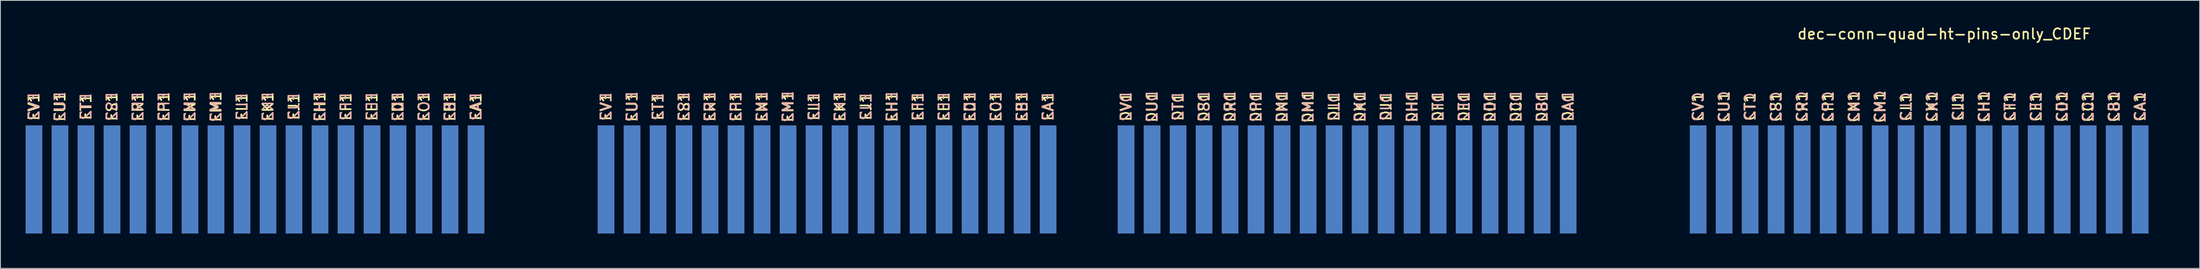
<source format=kicad_pcb>
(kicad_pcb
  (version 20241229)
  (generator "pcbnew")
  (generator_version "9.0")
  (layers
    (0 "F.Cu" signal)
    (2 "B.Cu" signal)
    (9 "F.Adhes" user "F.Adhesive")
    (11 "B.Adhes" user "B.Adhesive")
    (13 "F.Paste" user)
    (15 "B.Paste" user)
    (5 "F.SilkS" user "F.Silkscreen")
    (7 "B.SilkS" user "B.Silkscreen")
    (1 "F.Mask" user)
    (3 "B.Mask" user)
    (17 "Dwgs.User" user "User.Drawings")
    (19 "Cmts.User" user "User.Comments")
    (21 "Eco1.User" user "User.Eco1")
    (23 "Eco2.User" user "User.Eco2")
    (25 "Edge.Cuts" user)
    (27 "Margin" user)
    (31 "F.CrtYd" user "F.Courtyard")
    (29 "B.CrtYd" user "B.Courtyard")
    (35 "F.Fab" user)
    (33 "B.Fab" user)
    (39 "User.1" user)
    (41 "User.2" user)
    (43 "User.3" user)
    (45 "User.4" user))
  (footprint "dec-conn-quad-ht-pins-only_CDEF"
    (layer "F.Cu")
    (at 262.288 26.5)
    (property "Reference" "dec-conn-quad-ht-pins-only_CDEF" (at -27.94 -25.4 0) (layer "F.SilkS") (effects (font (size 1.27 1.27) (thickness 0.203))))
    (attr through_hole)
    (fp_text user "CU1" (at -54.813 -16.51 90) (layer "F.SilkS") (effects (font (size 1.27 1.27) (thickness 0.203))))
    (fp_text user "ER1" (at -178.638 -16.51 90) (layer "F.SilkS") (effects (font (size 1.27 1.27) (thickness 0.203))))
    (fp_text user "FE1" (at -219.913 -16.51 90) (layer "F.SilkS") (effects (font (size 1.27 1.27) (thickness 0.203))))
    (fp_text user "CA1" (at -4.013 -16.51 90) (layer "F.SilkS") (effects (font (size 1.27 1.27) (thickness 0.203))))
    (fp_text user "DK1" (at -99.263 -16.51 90) (layer "F.SilkS") (effects (font (size 1.27 1.27) (thickness 0.203))))
    (fp_text user "CT1" (at -51.638 -16.51 90) (layer "F.SilkS") (effects (font (size 1.27 1.27) (thickness 0.203))))
    (fp_text user "EH1" (at -156.413 -16.51 90) (layer "F.SilkS") (effects (font (size 1.27 1.27) (thickness 0.203))))
    (fp_text user "CN1" (at -38.938 -16.51 90) (layer "F.SilkS") (effects (font (size 1.27 1.27) (thickness 0.203))))
    (fp_text user "CK1" (at -29.413 -16.51 90) (layer "F.SilkS") (effects (font (size 1.27 1.27) (thickness 0.203))))
    (fp_text user "DE1" (at -86.563 -16.51 90) (layer "F.SilkS") (effects (font (size 1.27 1.27) (thickness 0.203))))
    (fp_text user "FP1" (at -245.313 -16.51 90) (layer "F.SilkS") (effects (font (size 1.27 1.27) (thickness 0.203))))
    (fp_text user "DH1" (at -92.913 -16.51 90) (layer "F.SilkS") (effects (font (size 1.27 1.27) (thickness 0.203))))
    (fp_text user "DB1" (at -77.038 -16.51 90) (layer "F.SilkS") (effects (font (size 1.27 1.27) (thickness 0.203))))
    (fp_text user "DA1" (at -73.863 -16.51 90) (layer "F.SilkS") (effects (font (size 1.27 1.27) (thickness 0.203))))
    (fp_text user "FV1" (at -261.188 -16.51 90) (layer "F.SilkS") (effects (font (size 1.27 1.27) (thickness 0.203))))
    (fp_text user "CS1" (at -48.463 -16.51 90) (layer "F.SilkS") (effects (font (size 1.27 1.27) (thickness 0.203))))
    (fp_text user "FB1" (at -210.388 -16.51 90) (layer "F.SilkS") (effects (font (size 1.27 1.27) (thickness 0.203))))
    (fp_text user "DV1" (at -127.838 -16.51 90) (layer "F.SilkS") (effects (font (size 1.27 1.27) (thickness 0.203))))
    (fp_text user "CC1" (at -10.363 -16.51 90) (layer "F.SilkS") (effects (font (size 1.27 1.27) (thickness 0.203))))
    (fp_text user "EM1" (at -169.113 -16.51 90) (layer "F.SilkS") (effects (font (size 1.27 1.27) (thickness 0.203))))
    (fp_text user "EC1" (at -143.713 -16.51 90) (layer "F.SilkS") (effects (font (size 1.27 1.27) (thickness 0.203))))
    (fp_text user "FT1" (at -254.838 -16.51 90) (layer "F.SilkS") (effects (font (size 1.27 1.27) (thickness 0.203))))
    (fp_text user "EP1" (at -175.463 -16.51 90) (layer "F.SilkS") (effects (font (size 1.27 1.27) (thickness 0.203))))
    (fp_text user "CL1" (at -32.588 -16.51 90) (layer "F.SilkS") (effects (font (size 1.27 1.27) (thickness 0.203))))
    (fp_text user "CJ1" (at -26.238 -16.51 90) (layer "F.SilkS") (effects (font (size 1.27 1.27) (thickness 0.203))))
    (fp_text user "CH1" (at -23.063 -16.51 90) (layer "F.SilkS") (effects (font (size 1.27 1.27) (thickness 0.203))))
    (fp_text user "EB1" (at -140.538 -16.51 90) (layer "F.SilkS") (effects (font (size 1.27 1.27) (thickness 0.203))))
    (fp_text user "EF1" (at -153.238 -16.51 90) (layer "F.SilkS") (effects (font (size 1.27 1.27) (thickness 0.203))))
    (fp_text user "CF1" (at -19.888 -16.51 90) (layer "F.SilkS") (effects (font (size 1.27 1.27) (thickness 0.203))))
    (fp_text user "DM1" (at -105.613 -16.51 90) (layer "F.SilkS") (effects (font (size 1.27 1.27) (thickness 0.203))))
    (fp_text user "DU1" (at -124.663 -16.51 90) (layer "F.SilkS") (effects (font (size 1.27 1.27) (thickness 0.203))))
    (fp_text user "FU1" (at -258.013 -16.51 90) (layer "F.SilkS") (effects (font (size 1.27 1.27) (thickness 0.203))))
    (fp_text user "DD1" (at -83.388 -16.51 90) (layer "F.SilkS") (effects (font (size 1.27 1.27) (thickness 0.203))))
    (fp_text user "FA1" (at -207.213 -16.51 90) (layer "F.SilkS") (effects (font (size 1.27 1.27) (thickness 0.203))))
    (fp_text user "FN1" (at -242.138 -16.51 90) (layer "F.SilkS") (effects (font (size 1.27 1.27) (thickness 0.203))))
    (fp_text user "EN1" (at -172.288 -16.51 90) (layer "F.SilkS") (effects (font (size 1.27 1.27) (thickness 0.203))))
    (fp_text user "DJ1" (at -96.088 -16.51 90) (layer "F.SilkS") (effects (font (size 1.27 1.27) (thickness 0.203))))
    (fp_text user "CB1" (at -7.188 -16.51 90) (layer "F.SilkS") (effects (font (size 1.27 1.27) (thickness 0.203))))
    (fp_text user "EU1" (at -188.163 -16.51 90) (layer "F.SilkS") (effects (font (size 1.27 1.27) (thickness 0.203))))
    (fp_text user "DL1" (at -102.438 -16.51 90) (layer "F.SilkS") (effects (font (size 1.27 1.27) (thickness 0.203))))
    (fp_text user "EK1" (at -162.763 -16.51 90) (layer "F.SilkS") (effects (font (size 1.27 1.27) (thickness 0.203))))
    (fp_text user "FF1" (at -223.088 -16.51 90) (layer "F.SilkS") (effects (font (size 1.27 1.27) (thickness 0.203))))
    (fp_text user "FS1" (at -251.663 -16.51 90) (layer "F.SilkS") (effects (font (size 1.27 1.27) (thickness 0.203))))
    (fp_text user "DC1" (at -80.213 -16.51 90) (layer "F.SilkS") (effects (font (size 1.27 1.27) (thickness 0.203))))
    (fp_text user "DF1" (at -89.738 -16.51 90) (layer "F.SilkS") (effects (font (size 1.27 1.27) (thickness 0.203))))
    (fp_text user "EJ1" (at -159.588 -16.51 90) (layer "F.SilkS") (effects (font (size 1.27 1.27) (thickness 0.203))))
    (fp_text user "FD1" (at -216.738 -16.51 90) (layer "F.SilkS") (effects (font (size 1.27 1.27) (thickness 0.203))))
    (fp_text user "CD1" (at -13.538 -16.51 90) (layer "F.SilkS") (effects (font (size 1.27 1.27) (thickness 0.203))))
    (fp_text user "FC1" (at -213.563 -16.51 90) (layer "F.SilkS") (effects (font (size 1.27 1.27) (thickness 0.203))))
    (fp_text user "CP1" (at -42.113 -16.51 90) (layer "F.SilkS") (effects (font (size 1.27 1.27) (thickness 0.203))))
    (fp_text user "DR1" (at -115.138 -16.51 90) (layer "F.SilkS") (effects (font (size 1.27 1.27) (thickness 0.203))))
    (fp_text user "FR1" (at -248.488 -16.51 90) (layer "F.SilkS") (effects (font (size 1.27 1.27) (thickness 0.203))))
    (fp_text user "FK1" (at -232.613 -16.51 90) (layer "F.SilkS") (effects (font (size 1.27 1.27) (thickness 0.203))))
    (fp_text user "DP1" (at -111.963 -16.51 90) (layer "F.SilkS") (effects (font (size 1.27 1.27) (thickness 0.203))))
    (fp_text user "DS1" (at -118.313 -16.51 90) (layer "F.SilkS") (effects (font (size 1.27 1.27) (thickness 0.203))))
    (fp_text user "FM1" (at -238.963 -16.51 90) (layer "F.SilkS") (effects (font (size 1.27 1.27) (thickness 0.203))))
    (fp_text user "ET1" (at -184.988 -16.51 90) (layer "F.SilkS") (effects (font (size 1.27 1.27) (thickness 0.203))))
    (fp_text user "FL1" (at -235.788 -16.51 90) (layer "F.SilkS") (effects (font (size 1.27 1.27) (thickness 0.203))))
    (fp_text user "ES1" (at -181.813 -16.51 90) (layer "F.SilkS") (effects (font (size 1.27 1.27) (thickness 0.203))))
    (fp_text user "CV1" (at -57.988 -16.51 90) (layer "F.SilkS") (effects (font (size 1.27 1.27) (thickness 0.203))))
    (fp_text user "EL1" (at -165.938 -16.51 90) (layer "F.SilkS") (effects (font (size 1.27 1.27) (thickness 0.203))))
    (fp_text user "ED1" (at -146.888 -16.51 90) (layer "F.SilkS") (effects (font (size 1.27 1.27) (thickness 0.203))))
    (fp_text user "CR1" (at -45.288 -16.51 90) (layer "F.SilkS") (effects (font (size 1.27 1.27) (thickness 0.203))))
    (fp_text user "EV1" (at -191.338 -16.51 90) (layer "F.SilkS") (effects (font (size 1.27 1.27) (thickness 0.203))))
    (fp_text user "FJ1" (at -229.438 -16.51 90) (layer "F.SilkS") (effects (font (size 1.27 1.27) (thickness 0.203))))
    (fp_text user "EA1" (at -137.363 -16.51 90) (layer "F.SilkS") (effects (font (size 1.27 1.27) (thickness 0.203))))
    (fp_text user "CE1" (at -16.713 -16.51 90) (layer "F.SilkS") (effects (font (size 1.27 1.27) (thickness 0.203))))
    (fp_text user "FH1" (at -226.263 -16.51 90) (layer "F.SilkS") (effects (font (size 1.27 1.27) (thickness 0.203))))
    (fp_text user "DT1" (at -121.488 -16.51 90) (layer "F.SilkS") (effects (font (size 1.27 1.27) (thickness 0.203))))
    (fp_text user "EE1" (at -150.063 -16.51 90) (layer "F.SilkS") (effects (font (size 1.27 1.27) (thickness 0.203))))
    (fp_text user "CM1" (at -35.763 -16.51 90) (layer "F.SilkS") (effects (font (size 1.27 1.27) (thickness 0.203))))
    (fp_text user "DN1" (at -108.788 -16.51 90) (layer "F.SilkS") (effects (font (size 1.27 1.27) (thickness 0.203))))
    (fp_text user "CA2" (at -4.013 -16.51 90) (layer "B.SilkS") (effects (font (size 1.27 1.27) (thickness 0.203)) (justify mirror)))
    (fp_text user "FU2" (at -258.013 -16.51 90) (layer "B.SilkS") (effects (font (size 1.27 1.27) (thickness 0.203)) (justify mirror)))
    (fp_text user "FC2" (at -213.563 -16.51 90) (layer "B.SilkS") (effects (font (size 1.27 1.27) (thickness 0.203)) (justify mirror)))
    (fp_text user "CR2" (at -45.288 -16.51 90) (layer "B.SilkS") (effects (font (size 1.27 1.27) (thickness 0.203)) (justify mirror)))
    (fp_text user "DU2" (at -124.663 -16.51 90) (layer "B.SilkS") (effects (font (size 1.27 1.27) (thickness 0.203)) (justify mirror)))
    (fp_text user "EE2" (at -150.063 -16.51 90) (layer "B.SilkS") (effects (font (size 1.27 1.27) (thickness 0.203)) (justify mirror)))
    (fp_text user "FE2" (at -219.913 -16.51 90) (layer "B.SilkS") (effects (font (size 1.27 1.27) (thickness 0.203)) (justify mirror)))
    (fp_text user "CJ2" (at -26.238 -16.51 90) (layer "B.SilkS") (effects (font (size 1.27 1.27) (thickness 0.203)) (justify mirror)))
    (fp_text user "CP2" (at -42.113 -16.51 90) (layer "B.SilkS") (effects (font (size 1.27 1.27) (thickness 0.203)) (justify mirror)))
    (fp_text user "ES2" (at -181.813 -16.51 90) (layer "B.SilkS") (effects (font (size 1.27 1.27) (thickness 0.203)) (justify mirror)))
    (fp_text user "CN2" (at -38.938 -16.51 90) (layer "B.SilkS") (effects (font (size 1.27 1.27) (thickness 0.203)) (justify mirror)))
    (fp_text user "EC2" (at -143.713 -16.51 90) (layer "B.SilkS") (effects (font (size 1.27 1.27) (thickness 0.203)) (justify mirror)))
    (fp_text user "FF2" (at -223.088 -16.51 90) (layer "B.SilkS") (effects (font (size 1.27 1.27) (thickness 0.203)) (justify mirror)))
    (fp_text user "FB2" (at -210.388 -16.51 90) (layer "B.SilkS") (effects (font (size 1.27 1.27) (thickness 0.203)) (justify mirror)))
    (fp_text user "EF2" (at -153.238 -16.51 90) (layer "B.SilkS") (effects (font (size 1.27 1.27) (thickness 0.203)) (justify mirror)))
    (fp_text user "CT2" (at -51.638 -16.51 90) (layer "B.SilkS") (effects (font (size 1.27 1.27) (thickness 0.203)) (justify mirror)))
    (fp_text user "DM2" (at -105.613 -16.51 90) (layer "B.SilkS") (effects (font (size 1.27 1.27) (thickness 0.203)) (justify mirror)))
    (fp_text user "DV2" (at -127.838 -16.51 90) (layer "B.SilkS") (effects (font (size 1.27 1.27) (thickness 0.203)) (justify mirror)))
    (fp_text user "FM2" (at -238.963 -16.51 90) (layer "B.SilkS") (effects (font (size 1.27 1.27) (thickness 0.203)) (justify mirror)))
    (fp_text user "EA2" (at -137.363 -16.51 90) (layer "B.SilkS") (effects (font (size 1.27 1.27) (thickness 0.203)) (justify mirror)))
    (fp_text user "FJ2" (at -229.438 -16.51 90) (layer "B.SilkS") (effects (font (size 1.27 1.27) (thickness 0.203)) (justify mirror)))
    (fp_text user "DF2" (at -89.738 -16.51 90) (layer "B.SilkS") (effects (font (size 1.27 1.27) (thickness 0.203)) (justify mirror)))
    (fp_text user "EP2" (at -175.463 -16.51 90) (layer "B.SilkS") (effects (font (size 1.27 1.27) (thickness 0.203)) (justify mirror)))
    (fp_text user "DE2" (at -86.563 -16.51 90) (layer "B.SilkS") (effects (font (size 1.27 1.27) (thickness 0.203)) (justify mirror)))
    (fp_text user "ER2" (at -178.638 -16.51 90) (layer "B.SilkS") (effects (font (size 1.27 1.27) (thickness 0.203)) (justify mirror)))
    (fp_text user "FN2" (at -242.138 -16.51 90) (layer "B.SilkS") (effects (font (size 1.27 1.27) (thickness 0.203)) (justify mirror)))
    (fp_text user "FP2" (at -245.313 -16.51 90) (layer "B.SilkS") (effects (font (size 1.27 1.27) (thickness 0.203)) (justify mirror)))
    (fp_text user "DT2" (at -121.488 -16.51 90) (layer "B.SilkS") (effects (font (size 1.27 1.27) (thickness 0.203)) (justify mirror)))
    (fp_text user "DR2" (at -115.138 -16.51 90) (layer "B.SilkS") (effects (font (size 1.27 1.27) (thickness 0.203)) (justify mirror)))
    (fp_text user "EL2" (at -165.938 -16.51 90) (layer "B.SilkS") (effects (font (size 1.27 1.27) (thickness 0.203)) (justify mirror)))
    (fp_text user "ED2" (at -146.888 -16.51 90) (layer "B.SilkS") (effects (font (size 1.27 1.27) (thickness 0.203)) (justify mirror)))
    (fp_text user "EB2" (at -140.538 -16.51 90) (layer "B.SilkS") (effects (font (size 1.27 1.27) (thickness 0.203)) (justify mirror)))
    (fp_text user "FD2" (at -216.738 -16.51 90) (layer "B.SilkS") (effects (font (size 1.27 1.27) (thickness 0.203)) (justify mirror)))
    (fp_text user "CV2" (at -57.988 -16.51 90) (layer "B.SilkS") (effects (font (size 1.27 1.27) (thickness 0.203)) (justify mirror)))
    (fp_text user "CF2" (at -19.888 -16.51 90) (layer "B.SilkS") (effects (font (size 1.27 1.27) (thickness 0.203)) (justify mirror)))
    (fp_text user "CC2" (at -10.363 -16.51 90) (layer "B.SilkS") (effects (font (size 1.27 1.27) (thickness 0.203)) (justify mirror)))
    (fp_text user "FT2" (at -254.838 -16.51 90) (layer "B.SilkS") (effects (font (size 1.27 1.27) (thickness 0.203)) (justify mirror)))
    (fp_text user "ET2" (at -184.988 -16.51 90) (layer "B.SilkS") (effects (font (size 1.27 1.27) (thickness 0.203)) (justify mirror)))
    (fp_text user "EH2" (at -156.413 -16.51 90) (layer "B.SilkS") (effects (font (size 1.27 1.27) (thickness 0.203)) (justify mirror)))
    (fp_text user "CU2" (at -54.813 -16.51 90) (layer "B.SilkS") (effects (font (size 1.27 1.27) (thickness 0.203)) (justify mirror)))
    (fp_text user "CM2" (at -35.763 -16.51 90) (layer "B.SilkS") (effects (font (size 1.27 1.27) (thickness 0.203)) (justify mirror)))
    (fp_text user "DP2" (at -111.963 -16.51 90) (layer "B.SilkS") (effects (font (size 1.27 1.27) (thickness 0.203)) (justify mirror)))
    (fp_text user "CB2" (at -7.188 -16.51 90) (layer "B.SilkS") (effects (font (size 1.27 1.27) (thickness 0.203)) (justify mirror)))
    (fp_text user "FV2" (at -261.188 -16.51 90) (layer "B.SilkS") (effects (font (size 1.27 1.27) (thickness 0.203)) (justify mirror)))
    (fp_text user "DN2" (at -108.788 -16.51 90) (layer "B.SilkS") (effects (font (size 1.27 1.27) (thickness 0.203)) (justify mirror)))
    (fp_text user "DD2" (at -83.388 -16.51 90) (layer "B.SilkS") (effects (font (size 1.27 1.27) (thickness 0.203)) (justify mirror)))
    (fp_text user "EM2" (at -169.113 -16.51 90) (layer "B.SilkS") (effects (font (size 1.27 1.27) (thickness 0.203)) (justify mirror)))
    (fp_text user "DK2" (at -99.263 -16.51 90) (layer "B.SilkS") (effects (font (size 1.27 1.27) (thickness 0.203)) (justify mirror)))
    (fp_text user "CE2" (at -16.713 -16.51 90) (layer "B.SilkS") (effects (font (size 1.27 1.27) (thickness 0.203)) (justify mirror)))
    (fp_text user "DA2" (at -73.863 -16.51 90) (layer "B.SilkS") (effects (font (size 1.27 1.27) (thickness 0.203)) (justify mirror)))
    (fp_text user "DS2" (at -118.313 -16.51 90) (layer "B.SilkS") (effects (font (size 1.27 1.27) (thickness 0.203)) (justify mirror)))
    (fp_text user "EJ2" (at -159.588 -16.51 90) (layer "B.SilkS") (effects (font (size 1.27 1.27) (thickness 0.203)) (justify mirror)))
    (fp_text user "CD2" (at -13.538 -16.51 90) (layer "B.SilkS") (effects (font (size 1.27 1.27) (thickness 0.203)) (justify mirror)))
    (fp_text user "CS2" (at -48.463 -16.51 90) (layer "B.SilkS") (effects (font (size 1.27 1.27) (thickness 0.203)) (justify mirror)))
    (fp_text user "DJ2" (at -96.088 -16.51 90) (layer "B.SilkS") (effects (font (size 1.27 1.27) (thickness 0.203)) (justify mirror)))
    (fp_text user "DB2" (at -77.038 -16.51 90) (layer "B.SilkS") (effects (font (size 1.27 1.27) (thickness 0.203)) (justify mirror)))
    (fp_text user "EU2" (at -188.163 -16.51 90) (layer "B.SilkS") (effects (font (size 1.27 1.27) (thickness 0.203)) (justify mirror)))
    (fp_text user "DH2" (at -92.913 -16.51 90) (layer "B.SilkS") (effects (font (size 1.27 1.27) (thickness 0.203)) (justify mirror)))
    (fp_text user "FA2" (at -207.213 -16.51 90) (layer "B.SilkS") (effects (font (size 1.27 1.27) (thickness 0.203)) (justify mirror)))
    (fp_text user "EK2" (at -162.763 -16.51 90) (layer "B.SilkS") (effects (font (size 1.27 1.27) (thickness 0.203)) (justify mirror)))
    (fp_text user "CH2" (at -23.063 -16.51 90) (layer "B.SilkS") (effects (font (size 1.27 1.27) (thickness 0.203)) (justify mirror)))
    (fp_text user "CK2" (at -29.413 -16.51 90) (layer "B.SilkS") (effects (font (size 1.27 1.27) (thickness 0.203)) (justify mirror)))
    (fp_text user "EN2" (at -172.288 -16.51 90) (layer "B.SilkS") (effects (font (size 1.27 1.27) (thickness 0.203)) (justify mirror)))
    (fp_text user "FL2" (at -235.788 -16.51 90) (layer "B.SilkS") (effects (font (size 1.27 1.27) (thickness 0.203)) (justify mirror)))
    (fp_text user "CL2" (at -32.588 -16.51 90) (layer "B.SilkS") (effects (font (size 1.27 1.27) (thickness 0.203)) (justify mirror)))
    (fp_text user "FS2" (at -251.663 -16.51 90) (layer "B.SilkS") (effects (font (size 1.27 1.27) (thickness 0.203)) (justify mirror)))
    (fp_text user "DC2" (at -80.213 -16.51 90) (layer "B.SilkS") (effects (font (size 1.27 1.27) (thickness 0.203)) (justify mirror)))
    (fp_text user "FK2" (at -232.613 -16.51 90) (layer "B.SilkS") (effects (font (size 1.27 1.27) (thickness 0.203)) (justify mirror)))
    (fp_text user "EV2" (at -191.338 -16.51 90) (layer "B.SilkS") (effects (font (size 1.27 1.27) (thickness 0.203)) (justify mirror)))
    (fp_text user "FH2" (at -226.263 -16.51 90) (layer "B.SilkS") (effects (font (size 1.27 1.27) (thickness 0.203)) (justify mirror)))
    (fp_text user "FR2" (at -248.488 -16.51 90) (layer "B.SilkS") (effects (font (size 1.27 1.27) (thickness 0.203)) (justify mirror)))
    (fp_text user "DL2" (at -102.438 -16.51 90) (layer "B.SilkS") (effects (font (size 1.27 1.27) (thickness 0.203)) (justify mirror)))
    (pad "CA1" connect rect (at -4.013 -13.462) (size 2.032 13.208) (drill (offset 0 5.842)) (layers "F.Cu" "F.Mask"))
    (pad "CA2" connect rect (at -4.013 -13.462) (size 2.032 13.208) (drill (offset 0 5.842)) (layers "B.Cu" "B.Mask"))
    (pad "CB1" connect rect (at -7.188 -13.462) (size 2.032 13.208) (drill (offset 0 5.842)) (layers "F.Cu" "F.Mask"))
    (pad "CB2" connect rect (at -7.188 -13.462) (size 2.032 13.208) (drill (offset 0 5.842)) (layers "B.Cu" "B.Mask"))
    (pad "CC1" connect rect (at -10.363 -13.462) (size 2.032 13.208) (drill (offset 0 5.842)) (layers "F.Cu" "F.Mask"))
    (pad "CC2" connect rect (at -10.363 -13.462) (size 2.032 13.208) (drill (offset 0 5.842)) (layers "B.Cu" "B.Mask"))
    (pad "CD1" connect rect (at -13.538 -13.462) (size 2.032 13.208) (drill (offset 0 5.842)) (layers "F.Cu" "F.Mask"))
    (pad "CD2" connect rect (at -13.538 -13.462) (size 2.032 13.208) (drill (offset 0 5.842)) (layers "B.Cu" "B.Mask"))
    (pad "CE1" connect rect (at -16.713 -13.462) (size 2.032 13.208) (drill (offset 0 5.842)) (layers "F.Cu" "F.Mask"))
    (pad "CE2" connect rect (at -16.713 -13.462) (size 2.032 13.208) (drill (offset 0 5.842)) (layers "B.Cu" "B.Mask"))
    (pad "CF1" connect rect (at -19.888 -13.462) (size 2.032 13.208) (drill (offset 0 5.842)) (layers "F.Cu" "F.Mask"))
    (pad "CF2" connect rect (at -19.888 -13.462) (size 2.032 13.208) (drill (offset 0 5.842)) (layers "B.Cu" "B.Mask"))
    (pad "CH1" connect rect (at -23.063 -13.462) (size 2.032 13.208) (drill (offset 0 5.842)) (layers "F.Cu" "F.Mask"))
    (pad "CH2" connect rect (at -23.063 -13.462) (size 2.032 13.208) (drill (offset 0 5.842)) (layers "B.Cu" "B.Mask"))
    (pad "CJ1" connect rect (at -26.238 -13.462) (size 2.032 13.208) (drill (offset 0 5.842)) (layers "F.Cu" "F.Mask"))
    (pad "CJ2" connect rect (at -26.238 -13.462) (size 2.032 13.208) (drill (offset 0 5.842)) (layers "B.Cu" "B.Mask"))
    (pad "CK1" connect rect (at -29.413 -13.462) (size 2.032 13.208) (drill (offset 0 5.842)) (layers "F.Cu" "F.Mask"))
    (pad "CK2" connect rect (at -29.413 -13.462) (size 2.032 13.208) (drill (offset 0 5.842)) (layers "B.Cu" "B.Mask"))
    (pad "CL1" connect rect (at -32.588 -13.462) (size 2.032 13.208) (drill (offset 0 5.842)) (layers "F.Cu" "F.Mask"))
    (pad "CL2" connect rect (at -32.588 -13.462) (size 2.032 13.208) (drill (offset 0 5.842)) (layers "B.Cu" "B.Mask"))
    (pad "CM1" connect rect (at -35.763 -13.462) (size 2.032 13.208) (drill (offset 0 5.842)) (layers "F.Cu" "F.Mask"))
    (pad "CM2" connect rect (at -35.763 -13.462) (size 2.032 13.208) (drill (offset 0 5.842)) (layers "B.Cu" "B.Mask"))
    (pad "CN1" connect rect (at -38.938 -13.462) (size 2.032 13.208) (drill (offset 0 5.842)) (layers "F.Cu" "F.Mask"))
    (pad "CN2" connect rect (at -38.938 -13.462) (size 2.032 13.208) (drill (offset 0 5.842)) (layers "B.Cu" "B.Mask"))
    (pad "CP1" connect rect (at -42.113 -13.462) (size 2.032 13.208) (drill (offset 0 5.842)) (layers "F.Cu" "F.Mask"))
    (pad "CP2" connect rect (at -42.113 -13.462) (size 2.032 13.208) (drill (offset 0 5.842)) (layers "B.Cu" "B.Mask"))
    (pad "CR1" connect rect (at -45.288 -13.462) (size 2.032 13.208) (drill (offset 0 5.842)) (layers "F.Cu" "F.Mask"))
    (pad "CR2" connect rect (at -45.288 -13.462) (size 2.032 13.208) (drill (offset 0 5.842)) (layers "B.Cu" "B.Mask"))
    (pad "CS1" connect rect (at -48.463 -13.462) (size 2.032 13.208) (drill (offset 0 5.842)) (layers "F.Cu" "F.Mask"))
    (pad "CS2" connect rect (at -48.463 -13.462) (size 2.032 13.208) (drill (offset 0 5.842)) (layers "B.Cu" "B.Mask"))
    (pad "CT1" connect rect (at -51.638 -13.462) (size 2.032 13.208) (drill (offset 0 5.842)) (layers "F.Cu" "F.Mask"))
    (pad "CT2" connect rect (at -51.638 -13.462) (size 2.032 13.208) (drill (offset 0 5.842)) (layers "B.Cu" "B.Mask"))
    (pad "CU1" connect rect (at -54.813 -13.462) (size 2.032 13.208) (drill (offset 0 5.842)) (layers "F.Cu" "F.Mask"))
    (pad "CU2" connect rect (at -54.813 -13.462) (size 2.032 13.208) (drill (offset 0 5.842)) (layers "B.Cu" "B.Mask"))
    (pad "CV1" connect rect (at -57.988 -13.462) (size 2.032 13.208) (drill (offset 0 5.842)) (layers "F.Cu" "F.Mask"))
    (pad "CV2" connect rect (at -57.988 -13.462) (size 2.032 13.208) (drill (offset 0 5.842)) (layers "B.Cu" "B.Mask"))
    (pad "DA1" connect rect (at -73.863 -13.462) (size 2.032 13.208) (drill (offset 0 5.842)) (layers "F.Cu" "F.Mask"))
    (pad "DA2" connect rect (at -73.863 -13.462) (size 2.032 13.208) (drill (offset 0 5.842)) (layers "B.Cu" "B.Mask"))
    (pad "DB1" connect rect (at -77.038 -13.462) (size 2.032 13.208) (drill (offset 0 5.842)) (layers "F.Cu" "F.Mask"))
    (pad "DB2" connect rect (at -77.038 -13.462) (size 2.032 13.208) (drill (offset 0 5.842)) (layers "B.Cu" "B.Mask"))
    (pad "DC1" connect rect (at -80.213 -13.462) (size 2.032 13.208) (drill (offset 0 5.842)) (layers "F.Cu" "F.Mask"))
    (pad "DC2" connect rect (at -80.213 -13.462) (size 2.032 13.208) (drill (offset 0 5.842)) (layers "B.Cu" "B.Mask"))
    (pad "DD1" connect rect (at -83.388 -13.462) (size 2.032 13.208) (drill (offset 0 5.842)) (layers "F.Cu" "F.Mask"))
    (pad "DD2" connect rect (at -83.388 -13.462) (size 2.032 13.208) (drill (offset 0 5.842)) (layers "B.Cu" "B.Mask"))
    (pad "DE1" connect rect (at -86.563 -13.462) (size 2.032 13.208) (drill (offset 0 5.842)) (layers "F.Cu" "F.Mask"))
    (pad "DE2" connect rect (at -86.563 -13.462) (size 2.032 13.208) (drill (offset 0 5.842)) (layers "B.Cu" "B.Mask"))
    (pad "DF1" connect rect (at -89.738 -13.462) (size 2.032 13.208) (drill (offset 0 5.842)) (layers "F.Cu" "F.Mask"))
    (pad "DF2" connect rect (at -89.738 -13.462) (size 2.032 13.208) (drill (offset 0 5.842)) (layers "B.Cu" "B.Mask"))
    (pad "DH1" connect rect (at -92.913 -13.462) (size 2.032 13.208) (drill (offset 0 5.842)) (layers "F.Cu" "F.Mask"))
    (pad "DH2" connect rect (at -92.913 -13.462) (size 2.032 13.208) (drill (offset 0 5.842)) (layers "B.Cu" "B.Mask"))
    (pad "DJ1" connect rect (at -96.088 -13.462) (size 2.032 13.208) (drill (offset 0 5.842)) (layers "F.Cu" "F.Mask"))
    (pad "DJ2" connect rect (at -96.088 -13.462) (size 2.032 13.208) (drill (offset 0 5.842)) (layers "B.Cu" "B.Mask"))
    (pad "DK1" connect rect (at -99.263 -13.462) (size 2.032 13.208) (drill (offset 0 5.842)) (layers "F.Cu" "F.Mask"))
    (pad "DK2" connect rect (at -99.263 -13.462) (size 2.032 13.208) (drill (offset 0 5.842)) (layers "B.Cu" "B.Mask"))
    (pad "DL1" connect rect (at -102.438 -13.462) (size 2.032 13.208) (drill (offset 0 5.842)) (layers "F.Cu" "F.Mask"))
    (pad "DL2" connect rect (at -102.438 -13.462) (size 2.032 13.208) (drill (offset 0 5.842)) (layers "B.Cu" "B.Mask"))
    (pad "DM1" connect rect (at -105.613 -13.462) (size 2.032 13.208) (drill (offset 0 5.842)) (layers "F.Cu" "F.Mask"))
    (pad "DM2" connect rect (at -105.613 -13.462) (size 2.032 13.208) (drill (offset 0 5.842)) (layers "B.Cu" "B.Mask"))
    (pad "DN1" connect rect (at -108.788 -13.462) (size 2.032 13.208) (drill (offset 0 5.842)) (layers "F.Cu" "F.Mask"))
    (pad "DN2" connect rect (at -108.788 -13.462) (size 2.032 13.208) (drill (offset 0 5.842)) (layers "B.Cu" "B.Mask"))
    (pad "DP1" connect rect (at -111.963 -13.462) (size 2.032 13.208) (drill (offset 0 5.842)) (layers "F.Cu" "F.Mask"))
    (pad "DP2" connect rect (at -111.963 -13.462) (size 2.032 13.208) (drill (offset 0 5.842)) (layers "B.Cu" "B.Mask"))
    (pad "DR1" connect rect (at -115.138 -13.462) (size 2.032 13.208) (drill (offset 0 5.842)) (layers "F.Cu" "F.Mask"))
    (pad "DR2" connect rect (at -115.138 -13.462) (size 2.032 13.208) (drill (offset 0 5.842)) (layers "B.Cu" "B.Mask"))
    (pad "DS1" connect rect (at -118.313 -13.462) (size 2.032 13.208) (drill (offset 0 5.842)) (layers "F.Cu" "F.Mask"))
    (pad "DS2" connect rect (at -118.313 -13.462) (size 2.032 13.208) (drill (offset 0 5.842)) (layers "B.Cu" "B.Mask"))
    (pad "DT1" connect rect (at -121.488 -13.462) (size 2.032 13.208) (drill (offset 0 5.842)) (layers "F.Cu" "F.Mask"))
    (pad "DT2" connect rect (at -121.488 -13.462) (size 2.032 13.208) (drill (offset 0 5.842)) (layers "B.Cu" "B.Mask"))
    (pad "DU1" connect rect (at -124.663 -13.462) (size 2.032 13.208) (drill (offset 0 5.842)) (layers "F.Cu" "F.Mask"))
    (pad "DU2" connect rect (at -124.663 -13.462) (size 2.032 13.208) (drill (offset 0 5.842)) (layers "B.Cu" "B.Mask"))
    (pad "DV1" connect rect (at -127.838 -13.462) (size 2.032 13.208) (drill (offset 0 5.842)) (layers "F.Cu" "F.Mask"))
    (pad "DV2" connect rect (at -127.838 -13.462) (size 2.032 13.208) (drill (offset 0 5.842)) (layers "B.Cu" "B.Mask"))
    (pad "EA1" connect rect (at -137.363 -13.462) (size 2.032 13.208) (drill (offset 0 5.842)) (layers "F.Cu" "F.Mask"))
    (pad "EA2" connect rect (at -137.363 -13.462) (size 2.032 13.208) (drill (offset 0 5.842)) (layers "B.Cu" "B.Mask"))
    (pad "EB1" connect rect (at -140.538 -13.462) (size 2.032 13.208) (drill (offset 0 5.842)) (layers "F.Cu" "F.Mask"))
    (pad "EB2" connect rect (at -140.538 -13.462) (size 2.032 13.208) (drill (offset 0 5.842)) (layers "B.Cu" "B.Mask"))
    (pad "EC1" connect rect (at -143.713 -13.462) (size 2.032 13.208) (drill (offset 0 5.842)) (layers "F.Cu" "F.Mask"))
    (pad "EC2" connect rect (at -143.713 -13.462) (size 2.032 13.208) (drill (offset 0 5.842)) (layers "B.Cu" "B.Mask"))
    (pad "ED1" connect rect (at -146.888 -13.462) (size 2.032 13.208) (drill (offset 0 5.842)) (layers "F.Cu" "F.Mask"))
    (pad "ED2" connect rect (at -146.888 -13.462) (size 2.032 13.208) (drill (offset 0 5.842)) (layers "B.Cu" "B.Mask"))
    (pad "EE1" connect rect (at -150.063 -13.462) (size 2.032 13.208) (drill (offset 0 5.842)) (layers "F.Cu" "F.Mask"))
    (pad "EE2" connect rect (at -150.063 -13.462) (size 2.032 13.208) (drill (offset 0 5.842)) (layers "B.Cu" "B.Mask"))
    (pad "EF1" connect rect (at -153.238 -13.462) (size 2.032 13.208) (drill (offset 0 5.842)) (layers "F.Cu" "F.Mask"))
    (pad "EF2" connect rect (at -153.238 -13.462) (size 2.032 13.208) (drill (offset 0 5.842)) (layers "B.Cu" "B.Mask"))
    (pad "EH1" connect rect (at -156.413 -13.462) (size 2.032 13.208) (drill (offset 0 5.842)) (layers "F.Cu" "F.Mask"))
    (pad "EH2" connect rect (at -156.413 -13.462) (size 2.032 13.208) (drill (offset 0 5.842)) (layers "B.Cu" "B.Mask"))
    (pad "EJ1" connect rect (at -159.588 -13.462) (size 2.032 13.208) (drill (offset 0 5.842)) (layers "F.Cu" "F.Mask"))
    (pad "EJ2" connect rect (at -159.588 -13.462) (size 2.032 13.208) (drill (offset 0 5.842)) (layers "B.Cu" "B.Mask"))
    (pad "EK1" connect rect (at -162.763 -13.462) (size 2.032 13.208) (drill (offset 0 5.842)) (layers "F.Cu" "F.Mask"))
    (pad "EK2" connect rect (at -162.763 -13.462) (size 2.032 13.208) (drill (offset 0 5.842)) (layers "B.Cu" "B.Mask"))
    (pad "EL1" connect rect (at -165.938 -13.462) (size 2.032 13.208) (drill (offset 0 5.842)) (layers "F.Cu" "F.Mask"))
    (pad "EL2" connect rect (at -165.938 -13.462) (size 2.032 13.208) (drill (offset 0 5.842)) (layers "B.Cu" "B.Mask"))
    (pad "EM1" connect rect (at -169.113 -13.462) (size 2.032 13.208) (drill (offset 0 5.842)) (layers "F.Cu" "F.Mask"))
    (pad "EM2" connect rect (at -169.113 -13.462) (size 2.032 13.208) (drill (offset 0 5.842)) (layers "B.Cu" "B.Mask"))
    (pad "EN1" connect rect (at -172.288 -13.462) (size 2.032 13.208) (drill (offset 0 5.842)) (layers "F.Cu" "F.Mask"))
    (pad "EN2" connect rect (at -172.288 -13.462) (size 2.032 13.208) (drill (offset 0 5.842)) (layers "B.Cu" "B.Mask"))
    (pad "EP1" connect rect (at -175.463 -13.462) (size 2.032 13.208) (drill (offset 0 5.842)) (layers "F.Cu" "F.Mask"))
    (pad "EP2" connect rect (at -175.463 -13.462) (size 2.032 13.208) (drill (offset 0 5.842)) (layers "B.Cu" "B.Mask"))
    (pad "ER1" connect rect (at -178.638 -13.462) (size 2.032 13.208) (drill (offset 0 5.842)) (layers "F.Cu" "F.Mask"))
    (pad "ER2" connect rect (at -178.638 -13.462) (size 2.032 13.208) (drill (offset 0 5.842)) (layers "B.Cu" "B.Mask"))
    (pad "ES1" connect rect (at -181.813 -13.462) (size 2.032 13.208) (drill (offset 0 5.842)) (layers "F.Cu" "F.Mask"))
    (pad "ES2" connect rect (at -181.813 -13.462) (size 2.032 13.208) (drill (offset 0 5.842)) (layers "B.Cu" "B.Mask"))
    (pad "ET1" connect rect (at -184.988 -13.462) (size 2.032 13.208) (drill (offset 0 5.842)) (layers "F.Cu" "F.Mask"))
    (pad "ET2" connect rect (at -184.988 -13.462) (size 2.032 13.208) (drill (offset 0 5.842)) (layers "B.Cu" "B.Mask"))
    (pad "EU1" connect rect (at -188.163 -13.462) (size 2.032 13.208) (drill (offset 0 5.842)) (layers "F.Cu" "F.Mask"))
    (pad "EU2" connect rect (at -188.163 -13.462) (size 2.032 13.208) (drill (offset 0 5.842)) (layers "B.Cu" "B.Mask"))
    (pad "EV1" connect rect (at -191.338 -13.462) (size 2.032 13.208) (drill (offset 0 5.842)) (layers "F.Cu" "F.Mask"))
    (pad "EV2" connect rect (at -191.338 -13.462) (size 2.032 13.208) (drill (offset 0 5.842)) (layers "B.Cu" "B.Mask"))
    (pad "FA1" connect rect (at -207.213 -13.462) (size 2.032 13.208) (drill (offset 0 5.842)) (layers "F.Cu" "F.Mask"))
    (pad "FA2" connect rect (at -207.213 -13.462) (size 2.032 13.208) (drill (offset 0 5.842)) (layers "B.Cu" "B.Mask"))
    (pad "FB1" connect rect (at -210.388 -13.462) (size 2.032 13.208) (drill (offset 0 5.842)) (layers "F.Cu" "F.Mask"))
    (pad "FB2" connect rect (at -210.388 -13.462) (size 2.032 13.208) (drill (offset 0 5.842)) (layers "B.Cu" "B.Mask"))
    (pad "FC1" connect rect (at -213.563 -13.462) (size 2.032 13.208) (drill (offset 0 5.842)) (layers "F.Cu" "F.Mask"))
    (pad "FC2" connect rect (at -213.563 -13.462) (size 2.032 13.208) (drill (offset 0 5.842)) (layers "B.Cu" "B.Mask"))
    (pad "FD1" connect rect (at -216.738 -13.462) (size 2.032 13.208) (drill (offset 0 5.842)) (layers "F.Cu" "F.Mask"))
    (pad "FD2" connect rect (at -216.738 -13.462) (size 2.032 13.208) (drill (offset 0 5.842)) (layers "B.Cu" "B.Mask"))
    (pad "FE1" connect rect (at -219.913 -13.462) (size 2.032 13.208) (drill (offset 0 5.842)) (layers "F.Cu" "F.Mask"))
    (pad "FE2" connect rect (at -219.913 -13.462) (size 2.032 13.208) (drill (offset 0 5.842)) (layers "B.Cu" "B.Mask"))
    (pad "FF1" connect rect (at -223.088 -13.462) (size 2.032 13.208) (drill (offset 0 5.842)) (layers "F.Cu" "F.Mask"))
    (pad "FF2" connect rect (at -223.088 -13.462) (size 2.032 13.208) (drill (offset 0 5.842)) (layers "B.Cu" "B.Mask"))
    (pad "FH1" connect rect (at -226.263 -13.462) (size 2.032 13.208) (drill (offset 0 5.842)) (layers "F.Cu" "F.Mask"))
    (pad "FH2" connect rect (at -226.263 -13.462) (size 2.032 13.208) (drill (offset 0 5.842)) (layers "B.Cu" "B.Mask"))
    (pad "FJ1" connect rect (at -229.438 -13.462) (size 2.032 13.208) (drill (offset 0 5.842)) (layers "F.Cu" "F.Mask"))
    (pad "FJ2" connect rect (at -229.438 -13.462) (size 2.032 13.208) (drill (offset 0 5.842)) (layers "B.Cu" "B.Mask"))
    (pad "FK1" connect rect (at -232.613 -13.462) (size 2.032 13.208) (drill (offset 0 5.842)) (layers "F.Cu" "F.Mask"))
    (pad "FK2" connect rect (at -232.613 -13.462) (size 2.032 13.208) (drill (offset 0 5.842)) (layers "B.Cu" "B.Mask"))
    (pad "FL1" connect rect (at -235.788 -13.462) (size 2.032 13.208) (drill (offset 0 5.842)) (layers "F.Cu" "F.Mask"))
    (pad "FL2" connect rect (at -235.788 -13.462) (size 2.032 13.208) (drill (offset 0 5.842)) (layers "B.Cu" "B.Mask"))
    (pad "FM1" connect rect (at -238.963 -13.462) (size 2.032 13.208) (drill (offset 0 5.842)) (layers "F.Cu" "F.Mask"))
    (pad "FM2" connect rect (at -238.963 -13.462) (size 2.032 13.208) (drill (offset 0 5.842)) (layers "B.Cu" "B.Mask"))
    (pad "FN1" connect rect (at -242.138 -13.462) (size 2.032 13.208) (drill (offset 0 5.842)) (layers "F.Cu" "F.Mask"))
    (pad "FN2" connect rect (at -242.138 -13.462) (size 2.032 13.208) (drill (offset 0 5.842)) (layers "B.Cu" "B.Mask"))
    (pad "FP1" connect rect (at -245.313 -13.462) (size 2.032 13.208) (drill (offset 0 5.842)) (layers "F.Cu" "F.Mask"))
    (pad "FP2" connect rect (at -245.313 -13.462) (size 2.032 13.208) (drill (offset 0 5.842)) (layers "B.Cu" "B.Mask"))
    (pad "FR1" connect rect (at -248.488 -13.462) (size 2.032 13.208) (drill (offset 0 5.842)) (layers "F.Cu" "F.Mask"))
    (pad "FR2" connect rect (at -248.488 -13.462) (size 2.032 13.208) (drill (offset 0 5.842)) (layers "B.Cu" "B.Mask"))
    (pad "FS1" connect rect (at -251.663 -13.462) (size 2.032 13.208) (drill (offset 0 5.842)) (layers "F.Cu" "F.Mask"))
    (pad "FS2" connect rect (at -251.663 -13.462) (size 2.032 13.208) (drill (offset 0 5.842)) (layers "B.Cu" "B.Mask"))
    (pad "FT1" connect rect (at -254.838 -13.462) (size 2.032 13.208) (drill (offset 0 5.842)) (layers "F.Cu" "F.Mask"))
    (pad "FT2" connect rect (at -254.838 -13.462) (size 2.032 13.208) (drill (offset 0 5.842)) (layers "B.Cu" "B.Mask"))
    (pad "FU1" connect rect (at -258.013 -13.462) (size 2.032 13.208) (drill (offset 0 5.842)) (layers "F.Cu" "F.Mask"))
    (pad "FU2" connect rect (at -258.013 -13.462) (size 2.032 13.208) (drill (offset 0 5.842)) (layers "B.Cu" "B.Mask"))
    (pad "FV1" connect rect (at -261.188 -13.462) (size 2.032 13.208) (drill (offset 0 5.842)) (layers "F.Cu" "F.Mask"))
    (pad "FV2" connect rect (at -261.188 -13.462) (size 2.032 13.208) (drill (offset 0 5.842)) (layers "B.Cu" "B.Mask")))
  (gr_rect
    (start -3 -3)
    (end 265.538 29.75)
    (stroke (width 0.1) (type default))
    (fill no)
    (layer "Edge.Cuts")))
</source>
